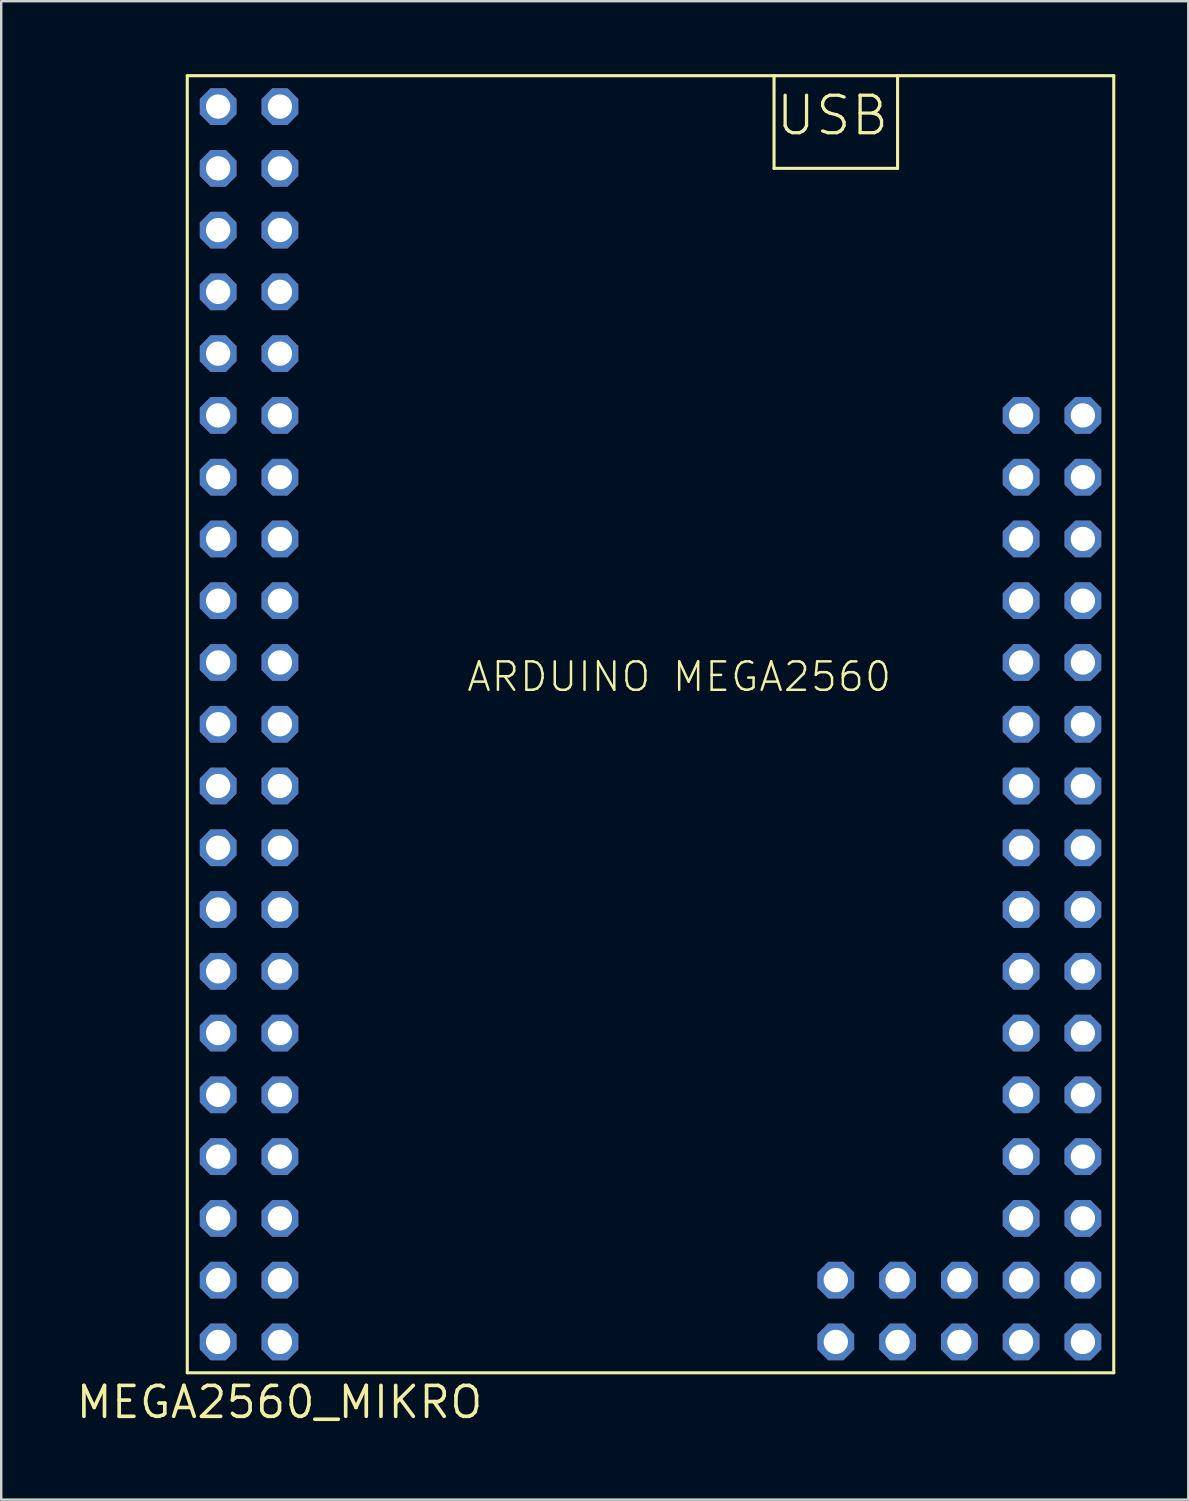
<source format=kicad_pcb>
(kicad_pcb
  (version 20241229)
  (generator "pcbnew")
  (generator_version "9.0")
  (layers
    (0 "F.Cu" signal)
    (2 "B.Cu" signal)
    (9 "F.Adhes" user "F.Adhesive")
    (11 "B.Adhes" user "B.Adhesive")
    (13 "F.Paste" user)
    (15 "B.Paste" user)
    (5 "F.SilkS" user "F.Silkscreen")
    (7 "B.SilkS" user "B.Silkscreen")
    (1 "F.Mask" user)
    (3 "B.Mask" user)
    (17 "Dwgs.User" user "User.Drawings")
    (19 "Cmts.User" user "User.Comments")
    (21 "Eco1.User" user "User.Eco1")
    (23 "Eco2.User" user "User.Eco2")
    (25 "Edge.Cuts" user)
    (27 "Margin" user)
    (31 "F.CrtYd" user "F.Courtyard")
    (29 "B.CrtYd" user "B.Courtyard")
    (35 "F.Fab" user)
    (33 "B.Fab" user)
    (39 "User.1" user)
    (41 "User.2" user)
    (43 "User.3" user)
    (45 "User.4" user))
  (footprint "MEGA2560_MIKRO"
    (layer "F.Cu")
    (at 26.241 25.463)
    (property "Reference" "MEGA2560_MIKRO" (at -17.797 29.149 0) (layer "F.SilkS") (effects (font (size 1.27 1.27) (thickness 0.15))))
    (attr through_hole)
    (fp_line (start -21.59 -25.4) (end -21.59 27.94) (stroke (width 0.127) (type solid)) (layer "F.SilkS"))
    (fp_line (start -21.59 27.94) (end 16.51 27.94) (stroke (width 0.127) (type solid)) (layer "F.SilkS"))
    (fp_line (start 2.54 -25.4) (end -21.59 -25.4) (stroke (width 0.127) (type solid)) (layer "F.SilkS"))
    (fp_line (start 2.54 -21.59) (end 2.54 -25.4) (stroke (width 0.127) (type solid)) (layer "F.SilkS"))
    (fp_line (start 7.62 -25.4) (end 2.54 -25.4) (stroke (width 0.127) (type solid)) (layer "F.SilkS"))
    (fp_line (start 7.62 -25.4) (end 7.62 -21.59) (stroke (width 0.127) (type solid)) (layer "F.SilkS"))
    (fp_line (start 7.62 -21.59) (end 2.54 -21.59) (stroke (width 0.127) (type solid)) (layer "F.SilkS"))
    (fp_line (start 16.51 -25.4) (end 7.62 -25.4) (stroke (width 0.127) (type solid)) (layer "F.SilkS"))
    (fp_line (start 16.51 27.94) (end 16.51 -25.4) (stroke (width 0.127) (type solid)) (layer "F.SilkS"))
    (fp_text user "USB" (at 2.54 -22.86 0) (layer "F.SilkS") (effects (font (size 1.542 1.542) (thickness 0.134)) (justify left bottom)))
    (fp_text user "ARDUINO MEGA2560" (at -10.16 0 0) (layer "F.SilkS") (effects (font (size 1.168 1.168) (thickness 0.102)) (justify left bottom)))
    (pad "+5V.1" thru_hole roundrect (at -17.78 -19.05 270) (size 1.508 1.508) (drill 1) (layers "*.Cu" "*.Mask") (roundrect_rratio 0.25) (chamfer_ratio 0.293) (chamfer top_left top_right bottom_left bottom_right))
    (pad "+5V.2" thru_hole roundrect (at -20.32 -19.05 270) (size 1.508 1.508) (drill 1) (layers "*.Cu" "*.Mask") (roundrect_rratio 0.25) (chamfer_ratio 0.293) (chamfer top_left top_right bottom_left bottom_right))
    (pad "3V3.1" thru_hole roundrect (at -17.78 -16.51 270) (size 1.508 1.508) (drill 1) (layers "*.Cu" "*.Mask") (roundrect_rratio 0.25) (chamfer_ratio 0.293) (chamfer top_left top_right bottom_left bottom_right))
    (pad "3V3.2" thru_hole roundrect (at -20.32 -16.51 270) (size 1.508 1.508) (drill 1) (layers "*.Cu" "*.Mask") (roundrect_rratio 0.25) (chamfer_ratio 0.293) (chamfer top_left top_right bottom_left bottom_right))
    (pad "A0" thru_hole roundrect (at 15.24 -11.43 270) (size 1.508 1.508) (drill 1) (layers "*.Cu" "*.Mask") (roundrect_rratio 0.25) (chamfer_ratio 0.293) (chamfer top_left top_right bottom_left bottom_right))
    (pad "A1" thru_hole roundrect (at 12.7 -11.43 270) (size 1.508 1.508) (drill 1) (layers "*.Cu" "*.Mask") (roundrect_rratio 0.25) (chamfer_ratio 0.293) (chamfer top_left top_right bottom_left bottom_right))
    (pad "A2" thru_hole roundrect (at 15.24 -8.89 270) (size 1.508 1.508) (drill 1) (layers "*.Cu" "*.Mask") (roundrect_rratio 0.25) (chamfer_ratio 0.293) (chamfer top_left top_right bottom_left bottom_right))
    (pad "A3" thru_hole roundrect (at 12.7 -8.89 270) (size 1.508 1.508) (drill 1) (layers "*.Cu" "*.Mask") (roundrect_rratio 0.25) (chamfer_ratio 0.293) (chamfer top_left top_right bottom_left bottom_right))
    (pad "A4" thru_hole roundrect (at 15.24 -6.35 270) (size 1.508 1.508) (drill 1) (layers "*.Cu" "*.Mask") (roundrect_rratio 0.25) (chamfer_ratio 0.293) (chamfer top_left top_right bottom_left bottom_right))
    (pad "A5" thru_hole roundrect (at 12.7 -6.35 270) (size 1.508 1.508) (drill 1) (layers "*.Cu" "*.Mask") (roundrect_rratio 0.25) (chamfer_ratio 0.293) (chamfer top_left top_right bottom_left bottom_right))
    (pad "A6" thru_hole roundrect (at 15.24 -3.81 270) (size 1.508 1.508) (drill 1) (layers "*.Cu" "*.Mask") (roundrect_rratio 0.25) (chamfer_ratio 0.293) (chamfer top_left top_right bottom_left bottom_right))
    (pad "A7" thru_hole roundrect (at 12.7 -3.81 270) (size 1.508 1.508) (drill 1) (layers "*.Cu" "*.Mask") (roundrect_rratio 0.25) (chamfer_ratio 0.293) (chamfer top_left top_right bottom_left bottom_right))
    (pad "A8" thru_hole roundrect (at 15.24 -1.27 270) (size 1.508 1.508) (drill 1) (layers "*.Cu" "*.Mask") (roundrect_rratio 0.25) (chamfer_ratio 0.293) (chamfer top_left top_right bottom_left bottom_right))
    (pad "A9" thru_hole roundrect (at 12.7 -1.27 270) (size 1.508 1.508) (drill 1) (layers "*.Cu" "*.Mask") (roundrect_rratio 0.25) (chamfer_ratio 0.293) (chamfer top_left top_right bottom_left bottom_right))
    (pad "A10" thru_hole roundrect (at 15.24 1.27 270) (size 1.508 1.508) (drill 1) (layers "*.Cu" "*.Mask") (roundrect_rratio 0.25) (chamfer_ratio 0.293) (chamfer top_left top_right bottom_left bottom_right))
    (pad "A11" thru_hole roundrect (at 12.7 1.27 270) (size 1.508 1.508) (drill 1) (layers "*.Cu" "*.Mask") (roundrect_rratio 0.25) (chamfer_ratio 0.293) (chamfer top_left top_right bottom_left bottom_right))
    (pad "A12" thru_hole roundrect (at 15.24 3.81 270) (size 1.508 1.508) (drill 1) (layers "*.Cu" "*.Mask") (roundrect_rratio 0.25) (chamfer_ratio 0.293) (chamfer top_left top_right bottom_left bottom_right))
    (pad "A13" thru_hole roundrect (at 12.7 3.81 270) (size 1.508 1.508) (drill 1) (layers "*.Cu" "*.Mask") (roundrect_rratio 0.25) (chamfer_ratio 0.293) (chamfer top_left top_right bottom_left bottom_right))
    (pad "A14" thru_hole roundrect (at 15.24 6.35 270) (size 1.508 1.508) (drill 1) (layers "*.Cu" "*.Mask") (roundrect_rratio 0.25) (chamfer_ratio 0.293) (chamfer top_left top_right bottom_left bottom_right))
    (pad "A15" thru_hole roundrect (at 12.7 6.35 270) (size 1.508 1.508) (drill 1) (layers "*.Cu" "*.Mask") (roundrect_rratio 0.25) (chamfer_ratio 0.293) (chamfer top_left top_right bottom_left bottom_right))
    (pad "AREF.1" thru_hole roundrect (at -17.78 -13.97 270) (size 1.508 1.508) (drill 1) (layers "*.Cu" "*.Mask") (roundrect_rratio 0.25) (chamfer_ratio 0.293) (chamfer top_left top_right bottom_left bottom_right))
    (pad "D2" thru_hole roundrect (at -17.78 -8.89 270) (size 1.508 1.508) (drill 1) (layers "*.Cu" "*.Mask") (roundrect_rratio 0.25) (chamfer_ratio 0.293) (chamfer top_left top_right bottom_left bottom_right))
    (pad "D3" thru_hole roundrect (at -20.32 -8.89 270) (size 1.508 1.508) (drill 1) (layers "*.Cu" "*.Mask") (roundrect_rratio 0.25) (chamfer_ratio 0.293) (chamfer top_left top_right bottom_left bottom_right))
    (pad "D4" thru_hole roundrect (at -17.78 -6.35 270) (size 1.508 1.508) (drill 1) (layers "*.Cu" "*.Mask") (roundrect_rratio 0.25) (chamfer_ratio 0.293) (chamfer top_left top_right bottom_left bottom_right))
    (pad "D5" thru_hole roundrect (at -20.32 -6.35 270) (size 1.508 1.508) (drill 1) (layers "*.Cu" "*.Mask") (roundrect_rratio 0.25) (chamfer_ratio 0.293) (chamfer top_left top_right bottom_left bottom_right))
    (pad "D6" thru_hole roundrect (at -17.78 -3.81 270) (size 1.508 1.508) (drill 1) (layers "*.Cu" "*.Mask") (roundrect_rratio 0.25) (chamfer_ratio 0.293) (chamfer top_left top_right bottom_left bottom_right))
    (pad "D7" thru_hole roundrect (at -20.32 -3.81 270) (size 1.508 1.508) (drill 1) (layers "*.Cu" "*.Mask") (roundrect_rratio 0.25) (chamfer_ratio 0.293) (chamfer top_left top_right bottom_left bottom_right))
    (pad "D8" thru_hole roundrect (at -17.78 -1.27 270) (size 1.508 1.508) (drill 1) (layers "*.Cu" "*.Mask") (roundrect_rratio 0.25) (chamfer_ratio 0.293) (chamfer top_left top_right bottom_left bottom_right))
    (pad "D9" thru_hole roundrect (at -20.32 -1.27 270) (size 1.508 1.508) (drill 1) (layers "*.Cu" "*.Mask") (roundrect_rratio 0.25) (chamfer_ratio 0.293) (chamfer top_left top_right bottom_left bottom_right))
    (pad "D10" thru_hole roundrect (at -17.78 1.27 270) (size 1.508 1.508) (drill 1) (layers "*.Cu" "*.Mask") (roundrect_rratio 0.25) (chamfer_ratio 0.293) (chamfer top_left top_right bottom_left bottom_right))
    (pad "D11" thru_hole roundrect (at -20.32 1.27 270) (size 1.508 1.508) (drill 1) (layers "*.Cu" "*.Mask") (roundrect_rratio 0.25) (chamfer_ratio 0.293) (chamfer top_left top_right bottom_left bottom_right))
    (pad "D12" thru_hole roundrect (at -17.78 3.81 270) (size 1.508 1.508) (drill 1) (layers "*.Cu" "*.Mask") (roundrect_rratio 0.25) (chamfer_ratio 0.293) (chamfer top_left top_right bottom_left bottom_right))
    (pad "D13" thru_hole roundrect (at -20.32 3.81 270) (size 1.508 1.508) (drill 1) (layers "*.Cu" "*.Mask") (roundrect_rratio 0.25) (chamfer_ratio 0.293) (chamfer top_left top_right bottom_left bottom_right))
    (pad "D14" thru_hole roundrect (at -17.78 6.35 270) (size 1.508 1.508) (drill 1) (layers "*.Cu" "*.Mask") (roundrect_rratio 0.25) (chamfer_ratio 0.293) (chamfer top_left top_right bottom_left bottom_right))
    (pad "D15" thru_hole roundrect (at -20.32 6.35 270) (size 1.508 1.508) (drill 1) (layers "*.Cu" "*.Mask") (roundrect_rratio 0.25) (chamfer_ratio 0.293) (chamfer top_left top_right bottom_left bottom_right))
    (pad "D16" thru_hole roundrect (at -17.78 8.89 270) (size 1.508 1.508) (drill 1) (layers "*.Cu" "*.Mask") (roundrect_rratio 0.25) (chamfer_ratio 0.293) (chamfer top_left top_right bottom_left bottom_right))
    (pad "D17" thru_hole roundrect (at -20.32 8.89 270) (size 1.508 1.508) (drill 1) (layers "*.Cu" "*.Mask") (roundrect_rratio 0.25) (chamfer_ratio 0.293) (chamfer top_left top_right bottom_left bottom_right))
    (pad "D18" thru_hole roundrect (at -17.78 11.43 270) (size 1.508 1.508) (drill 1) (layers "*.Cu" "*.Mask") (roundrect_rratio 0.25) (chamfer_ratio 0.293) (chamfer top_left top_right bottom_left bottom_right))
    (pad "D19" thru_hole roundrect (at -20.32 11.43 270) (size 1.508 1.508) (drill 1) (layers "*.Cu" "*.Mask") (roundrect_rratio 0.25) (chamfer_ratio 0.293) (chamfer top_left top_right bottom_left bottom_right))
    (pad "D20" thru_hole roundrect (at -17.78 13.97 270) (size 1.508 1.508) (drill 1) (layers "*.Cu" "*.Mask") (roundrect_rratio 0.25) (chamfer_ratio 0.293) (chamfer top_left top_right bottom_left bottom_right))
    (pad "D21" thru_hole roundrect (at -20.32 13.97 270) (size 1.508 1.508) (drill 1) (layers "*.Cu" "*.Mask") (roundrect_rratio 0.25) (chamfer_ratio 0.293) (chamfer top_left top_right bottom_left bottom_right))
    (pad "D22" thru_hole roundrect (at -17.78 16.51 270) (size 1.508 1.508) (drill 1) (layers "*.Cu" "*.Mask") (roundrect_rratio 0.25) (chamfer_ratio 0.293) (chamfer top_left top_right bottom_left bottom_right))
    (pad "D23" thru_hole roundrect (at -20.32 16.51 270) (size 1.508 1.508) (drill 1) (layers "*.Cu" "*.Mask") (roundrect_rratio 0.25) (chamfer_ratio 0.293) (chamfer top_left top_right bottom_left bottom_right))
    (pad "D24" thru_hole roundrect (at -17.78 19.05 270) (size 1.508 1.508) (drill 1) (layers "*.Cu" "*.Mask") (roundrect_rratio 0.25) (chamfer_ratio 0.293) (chamfer top_left top_right bottom_left bottom_right))
    (pad "D25" thru_hole roundrect (at -20.32 19.05 270) (size 1.508 1.508) (drill 1) (layers "*.Cu" "*.Mask") (roundrect_rratio 0.25) (chamfer_ratio 0.293) (chamfer top_left top_right bottom_left bottom_right))
    (pad "D26" thru_hole roundrect (at -17.78 21.59 270) (size 1.508 1.508) (drill 1) (layers "*.Cu" "*.Mask") (roundrect_rratio 0.25) (chamfer_ratio 0.293) (chamfer top_left top_right bottom_left bottom_right))
    (pad "D27" thru_hole roundrect (at -20.32 21.59 270) (size 1.508 1.508) (drill 1) (layers "*.Cu" "*.Mask") (roundrect_rratio 0.25) (chamfer_ratio 0.293) (chamfer top_left top_right bottom_left bottom_right))
    (pad "D28" thru_hole roundrect (at -17.78 24.13 270) (size 1.508 1.508) (drill 1) (layers "*.Cu" "*.Mask") (roundrect_rratio 0.25) (chamfer_ratio 0.293) (chamfer top_left top_right bottom_left bottom_right))
    (pad "D29" thru_hole roundrect (at -20.32 24.13 270) (size 1.508 1.508) (drill 1) (layers "*.Cu" "*.Mask") (roundrect_rratio 0.25) (chamfer_ratio 0.293) (chamfer top_left top_right bottom_left bottom_right))
    (pad "D30" thru_hole roundrect (at -17.78 26.67 270) (size 1.508 1.508) (drill 1) (layers "*.Cu" "*.Mask") (roundrect_rratio 0.25) (chamfer_ratio 0.293) (chamfer top_left top_right bottom_left bottom_right))
    (pad "D31" thru_hole roundrect (at -20.32 26.67 270) (size 1.508 1.508) (drill 1) (layers "*.Cu" "*.Mask") (roundrect_rratio 0.25) (chamfer_ratio 0.293) (chamfer top_left top_right bottom_left bottom_right))
    (pad "D32" thru_hole roundrect (at 15.24 8.89 270) (size 1.508 1.508) (drill 1) (layers "*.Cu" "*.Mask") (roundrect_rratio 0.25) (chamfer_ratio 0.293) (chamfer top_left top_right bottom_left bottom_right))
    (pad "D33" thru_hole roundrect (at 12.7 8.89 270) (size 1.508 1.508) (drill 1) (layers "*.Cu" "*.Mask") (roundrect_rratio 0.25) (chamfer_ratio 0.293) (chamfer top_left top_right bottom_left bottom_right))
    (pad "D34" thru_hole roundrect (at 15.24 11.43 270) (size 1.508 1.508) (drill 1) (layers "*.Cu" "*.Mask") (roundrect_rratio 0.25) (chamfer_ratio 0.293) (chamfer top_left top_right bottom_left bottom_right))
    (pad "D35" thru_hole roundrect (at 12.7 11.43 270) (size 1.508 1.508) (drill 1) (layers "*.Cu" "*.Mask") (roundrect_rratio 0.25) (chamfer_ratio 0.293) (chamfer top_left top_right bottom_left bottom_right))
    (pad "D36" thru_hole roundrect (at 15.24 13.97 270) (size 1.508 1.508) (drill 1) (layers "*.Cu" "*.Mask") (roundrect_rratio 0.25) (chamfer_ratio 0.293) (chamfer top_left top_right bottom_left bottom_right))
    (pad "D37" thru_hole roundrect (at 12.7 13.97 270) (size 1.508 1.508) (drill 1) (layers "*.Cu" "*.Mask") (roundrect_rratio 0.25) (chamfer_ratio 0.293) (chamfer top_left top_right bottom_left bottom_right))
    (pad "D38" thru_hole roundrect (at 15.24 16.51 270) (size 1.508 1.508) (drill 1) (layers "*.Cu" "*.Mask") (roundrect_rratio 0.25) (chamfer_ratio 0.293) (chamfer top_left top_right bottom_left bottom_right))
    (pad "D39" thru_hole roundrect (at 12.7 16.51 270) (size 1.508 1.508) (drill 1) (layers "*.Cu" "*.Mask") (roundrect_rratio 0.25) (chamfer_ratio 0.293) (chamfer top_left top_right bottom_left bottom_right))
    (pad "D40" thru_hole roundrect (at 15.24 19.05 270) (size 1.508 1.508) (drill 1) (layers "*.Cu" "*.Mask") (roundrect_rratio 0.25) (chamfer_ratio 0.293) (chamfer top_left top_right bottom_left bottom_right))
    (pad "D41" thru_hole roundrect (at 12.7 19.05 270) (size 1.508 1.508) (drill 1) (layers "*.Cu" "*.Mask") (roundrect_rratio 0.25) (chamfer_ratio 0.293) (chamfer top_left top_right bottom_left bottom_right))
    (pad "D42" thru_hole roundrect (at 15.24 21.59 270) (size 1.508 1.508) (drill 1) (layers "*.Cu" "*.Mask") (roundrect_rratio 0.25) (chamfer_ratio 0.293) (chamfer top_left top_right bottom_left bottom_right))
    (pad "D43" thru_hole roundrect (at 12.7 21.59 270) (size 1.508 1.508) (drill 1) (layers "*.Cu" "*.Mask") (roundrect_rratio 0.25) (chamfer_ratio 0.293) (chamfer top_left top_right bottom_left bottom_right))
    (pad "D44" thru_hole roundrect (at 15.24 24.13 270) (size 1.508 1.508) (drill 1) (layers "*.Cu" "*.Mask") (roundrect_rratio 0.25) (chamfer_ratio 0.293) (chamfer top_left top_right bottom_left bottom_right))
    (pad "D45" thru_hole roundrect (at 12.7 24.13 270) (size 1.508 1.508) (drill 1) (layers "*.Cu" "*.Mask") (roundrect_rratio 0.25) (chamfer_ratio 0.293) (chamfer top_left top_right bottom_left bottom_right))
    (pad "D46" thru_hole roundrect (at 15.24 26.67 270) (size 1.508 1.508) (drill 1) (layers "*.Cu" "*.Mask") (roundrect_rratio 0.25) (chamfer_ratio 0.293) (chamfer top_left top_right bottom_left bottom_right))
    (pad "D47" thru_hole roundrect (at 12.7 26.67 270) (size 1.508 1.508) (drill 1) (layers "*.Cu" "*.Mask") (roundrect_rratio 0.25) (chamfer_ratio 0.293) (chamfer top_left top_right bottom_left bottom_right))
    (pad "D48" thru_hole roundrect (at 10.16 26.67 270) (size 1.508 1.508) (drill 1) (layers "*.Cu" "*.Mask") (roundrect_rratio 0.25) (chamfer_ratio 0.293) (chamfer top_left top_right bottom_left bottom_right))
    (pad "D49" thru_hole roundrect (at 10.16 24.13 270) (size 1.508 1.508) (drill 1) (layers "*.Cu" "*.Mask") (roundrect_rratio 0.25) (chamfer_ratio 0.293) (chamfer top_left top_right bottom_left bottom_right))
    (pad "D50" thru_hole roundrect (at 7.62 26.67 270) (size 1.508 1.508) (drill 1) (layers "*.Cu" "*.Mask") (roundrect_rratio 0.25) (chamfer_ratio 0.293) (chamfer top_left top_right bottom_left bottom_right))
    (pad "D51" thru_hole roundrect (at 7.62 24.13 270) (size 1.508 1.508) (drill 1) (layers "*.Cu" "*.Mask") (roundrect_rratio 0.25) (chamfer_ratio 0.293) (chamfer top_left top_right bottom_left bottom_right))
    (pad "D52" thru_hole roundrect (at 5.08 26.67 270) (size 1.508 1.508) (drill 1) (layers "*.Cu" "*.Mask") (roundrect_rratio 0.25) (chamfer_ratio 0.293) (chamfer top_left top_right bottom_left bottom_right))
    (pad "D53" thru_hole roundrect (at 5.08 24.13 270) (size 1.508 1.508) (drill 1) (layers "*.Cu" "*.Mask") (roundrect_rratio 0.25) (chamfer_ratio 0.293) (chamfer top_left top_right bottom_left bottom_right))
    (pad "GND.1" thru_hole roundrect (at -17.78 -21.59 270) (size 1.508 1.508) (drill 1) (layers "*.Cu" "*.Mask") (roundrect_rratio 0.25) (chamfer_ratio 0.293) (chamfer top_left top_right bottom_left bottom_right))
    (pad "GND.2" thru_hole roundrect (at -20.32 -21.59 270) (size 1.508 1.508) (drill 1) (layers "*.Cu" "*.Mask") (roundrect_rratio 0.25) (chamfer_ratio 0.293) (chamfer top_left top_right bottom_left bottom_right))
    (pad "RST" thru_hole roundrect (at -20.32 -13.97 270) (size 1.508 1.508) (drill 1) (layers "*.Cu" "*.Mask") (roundrect_rratio 0.25) (chamfer_ratio 0.293) (chamfer top_left top_right bottom_left bottom_right))
    (pad "RX" thru_hole roundrect (at -17.78 -11.43 270) (size 1.508 1.508) (drill 1) (layers "*.Cu" "*.Mask") (roundrect_rratio 0.25) (chamfer_ratio 0.293) (chamfer top_left top_right bottom_left bottom_right))
    (pad "TX" thru_hole roundrect (at -20.32 -11.43 270) (size 1.508 1.508) (drill 1) (layers "*.Cu" "*.Mask") (roundrect_rratio 0.25) (chamfer_ratio 0.293) (chamfer top_left top_right bottom_left bottom_right))
    (pad "VIN.1" thru_hole roundrect (at -17.78 -24.13 270) (size 1.508 1.508) (drill 1) (layers "*.Cu" "*.Mask") (roundrect_rratio 0.25) (chamfer_ratio 0.293) (chamfer top_left top_right bottom_left bottom_right))
    (pad "VIN.2" thru_hole roundrect (at -20.32 -24.13 270) (size 1.508 1.508) (drill 1) (layers "*.Cu" "*.Mask") (roundrect_rratio 0.25) (chamfer_ratio 0.293) (chamfer top_left top_right bottom_left bottom_right)))
  (gr_rect
    (start -3 -3)
    (end 45.815 58.619)
    (stroke (width 0.1) (type default))
    (fill no)
    (layer "Edge.Cuts")))
</source>
